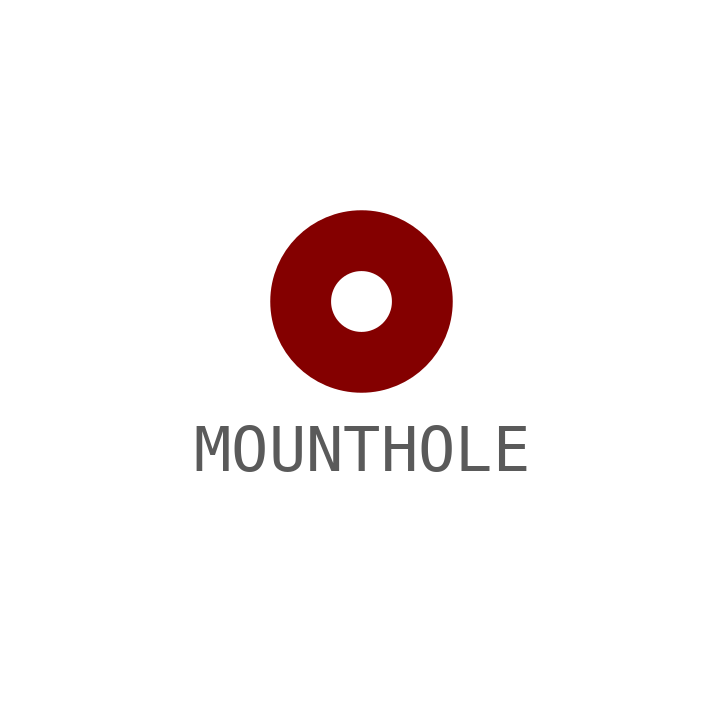
<source format=kicad_sym>
(kicad_symbol_lib
  (version 20211014)
  (generator kicad_symbol_editor)
  (symbol "MOUNTHOLE"
    (pin_numbers hide)
    (pin_names
      (offset 1.016) hide)
    (property "Reference" "MH"
      (at 3.81 1.27 0)
      (effects (font (size 1.27 1.27)) hide))
    (symbol "MOUNTHOLE_1_1"
      (circle (center 0 1.27) (radius 1.27) (stroke (width 1.27) (type default) (color 0 0 0 0)) (fill (type none)))
      (pin passive line (at 0 0 90) (length 0) hide (name "~" (effects (font (size 1.27 1.27)))) (number "1" (effects (font (size 1.27 1.27))))))))
</source>
